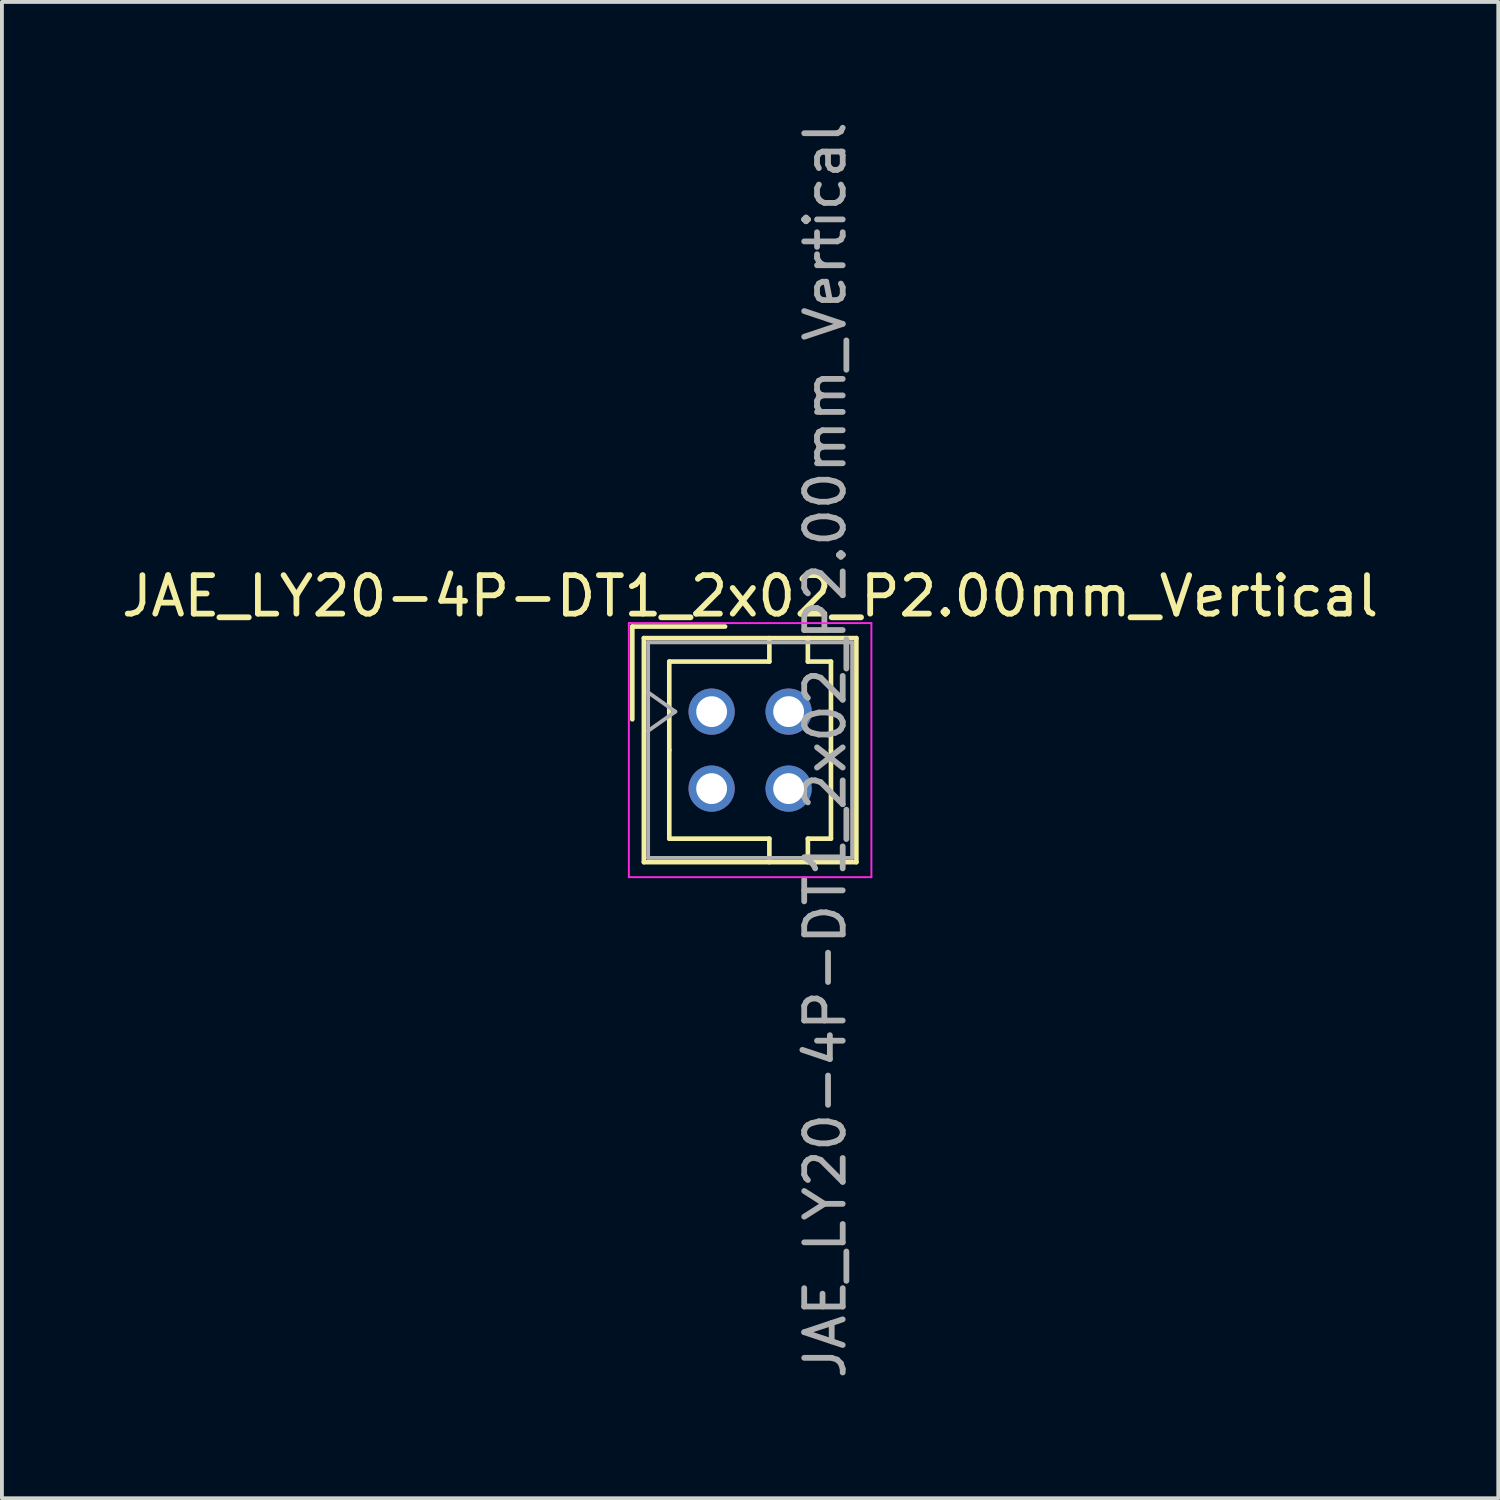
<source format=kicad_pcb>
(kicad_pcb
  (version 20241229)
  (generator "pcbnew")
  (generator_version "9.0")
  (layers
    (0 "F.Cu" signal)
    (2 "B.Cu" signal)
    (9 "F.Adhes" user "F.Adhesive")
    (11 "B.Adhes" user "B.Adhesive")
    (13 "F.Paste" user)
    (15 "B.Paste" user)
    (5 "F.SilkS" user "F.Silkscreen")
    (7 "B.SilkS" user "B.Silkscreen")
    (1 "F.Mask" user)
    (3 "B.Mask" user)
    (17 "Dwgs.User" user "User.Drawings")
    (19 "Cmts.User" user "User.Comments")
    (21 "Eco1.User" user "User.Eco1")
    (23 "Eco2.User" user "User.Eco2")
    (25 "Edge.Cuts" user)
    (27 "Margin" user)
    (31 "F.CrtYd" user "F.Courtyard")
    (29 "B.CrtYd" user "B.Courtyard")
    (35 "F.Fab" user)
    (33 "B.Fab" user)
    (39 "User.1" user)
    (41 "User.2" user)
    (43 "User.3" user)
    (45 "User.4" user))
  (footprint "JAE_LY20-4P-DT1_2x02_P2.00mm_Vertical"
    (layer "F.Cu")
    (at 15.435 15.435)
    (property "Reference" "JAE_LY20-4P-DT1_2x02_P2.00mm_Vertical" (at 1 -3 0) (layer "F.SilkS") (effects (font (size 1 1) (thickness 0.15))))
    (attr through_hole)
    (fp_line (start -2.06 -2.21) (end -2.06 0.2) (stroke (width 0.12) (type solid)) (layer "F.SilkS"))
    (fp_line (start -1.76 -1.91) (end -1.76 3.91) (stroke (width 0.12) (type solid)) (layer "F.SilkS"))
    (fp_line (start -1.76 3.91) (end 3.76 3.91) (stroke (width 0.12) (type solid)) (layer "F.SilkS"))
    (fp_line (start -1.1 -1.3) (end -1.1 1) (stroke (width 0.12) (type solid)) (layer "F.SilkS"))
    (fp_line (start -1.1 3.3) (end -1.1 1) (stroke (width 0.12) (type solid)) (layer "F.SilkS"))
    (fp_line (start 0.35 -2.21) (end -2.06 -2.21) (stroke (width 0.12) (type solid)) (layer "F.SilkS"))
    (fp_line (start 1.5 -1.91) (end 1.5 -1.3) (stroke (width 0.12) (type solid)) (layer "F.SilkS"))
    (fp_line (start 1.5 -1.3) (end -1.1 -1.3) (stroke (width 0.12) (type solid)) (layer "F.SilkS"))
    (fp_line (start 1.5 3.3) (end -1.1 3.3) (stroke (width 0.12) (type solid)) (layer "F.SilkS"))
    (fp_line (start 1.5 3.91) (end 1.5 3.3) (stroke (width 0.12) (type solid)) (layer "F.SilkS"))
    (fp_line (start 2.5 -1.91) (end 2.5 -1.3) (stroke (width 0.12) (type solid)) (layer "F.SilkS"))
    (fp_line (start 2.5 -1.3) (end 3.1 -1.3) (stroke (width 0.12) (type solid)) (layer "F.SilkS"))
    (fp_line (start 2.5 3.3) (end 3.1 3.3) (stroke (width 0.12) (type solid)) (layer "F.SilkS"))
    (fp_line (start 2.5 3.91) (end 2.5 3.3) (stroke (width 0.12) (type solid)) (layer "F.SilkS"))
    (fp_line (start 3.1 -1.3) (end 3.1 1) (stroke (width 0.12) (type solid)) (layer "F.SilkS"))
    (fp_line (start 3.1 3.3) (end 3.1 1) (stroke (width 0.12) (type solid)) (layer "F.SilkS"))
    (fp_line (start 3.76 -1.91) (end -1.76 -1.91) (stroke (width 0.12) (type solid)) (layer "F.SilkS"))
    (fp_line (start 3.76 3.91) (end 3.76 -1.91) (stroke (width 0.12) (type solid)) (layer "F.SilkS"))
    (fp_line (start -2.15 -2.3) (end -2.15 4.3) (stroke (width 0.05) (type solid)) (layer "F.CrtYd"))
    (fp_line (start -2.15 4.3) (end 4.15 4.3) (stroke (width 0.05) (type solid)) (layer "F.CrtYd"))
    (fp_line (start 4.15 -2.3) (end -2.15 -2.3) (stroke (width 0.05) (type solid)) (layer "F.CrtYd"))
    (fp_line (start 4.15 4.3) (end 4.15 -2.3) (stroke (width 0.05) (type solid)) (layer "F.CrtYd"))
    (fp_line (start -1.65 -1.8) (end -1.65 3.8) (stroke (width 0.1) (type solid)) (layer "F.Fab"))
    (fp_line (start -1.65 0.5) (end -0.943 0) (stroke (width 0.1) (type solid)) (layer "F.Fab"))
    (fp_line (start -1.65 3.8) (end 3.65 3.8) (stroke (width 0.1) (type solid)) (layer "F.Fab"))
    (fp_line (start -0.943 0) (end -1.65 -0.5) (stroke (width 0.1) (type solid)) (layer "F.Fab"))
    (fp_line (start 3.65 -1.8) (end -1.65 -1.8) (stroke (width 0.1) (type solid)) (layer "F.Fab"))
    (fp_line (start 3.65 3.8) (end 3.65 -1.8) (stroke (width 0.1) (type solid)) (layer "F.Fab"))
    (fp_text user "${REFERENCE}" (at 2.95 1 90) (layer "F.Fab") (effects (font (size 1 1) (thickness 0.15))))
    (pad "a1" thru_hole circle (at 0 0) (size 1.2 1.2) (drill 0.8) (layers "*.Cu" "*.Mask"))
    (pad "a2" thru_hole circle (at 0 2) (size 1.2 1.2) (drill 0.8) (layers "*.Cu" "*.Mask"))
    (pad "b1" thru_hole circle (at 2 0) (size 1.2 1.2) (drill 0.8) (layers "*.Cu" "*.Mask"))
    (pad "b2" thru_hole circle (at 2 2) (size 1.2 1.2) (drill 0.8) (layers "*.Cu" "*.Mask")))
  (gr_rect
    (start -3 -3)
    (end 35.869 35.869)
    (stroke (width 0.1) (type default))
    (fill no)
    (layer "Edge.Cuts")))
</source>
